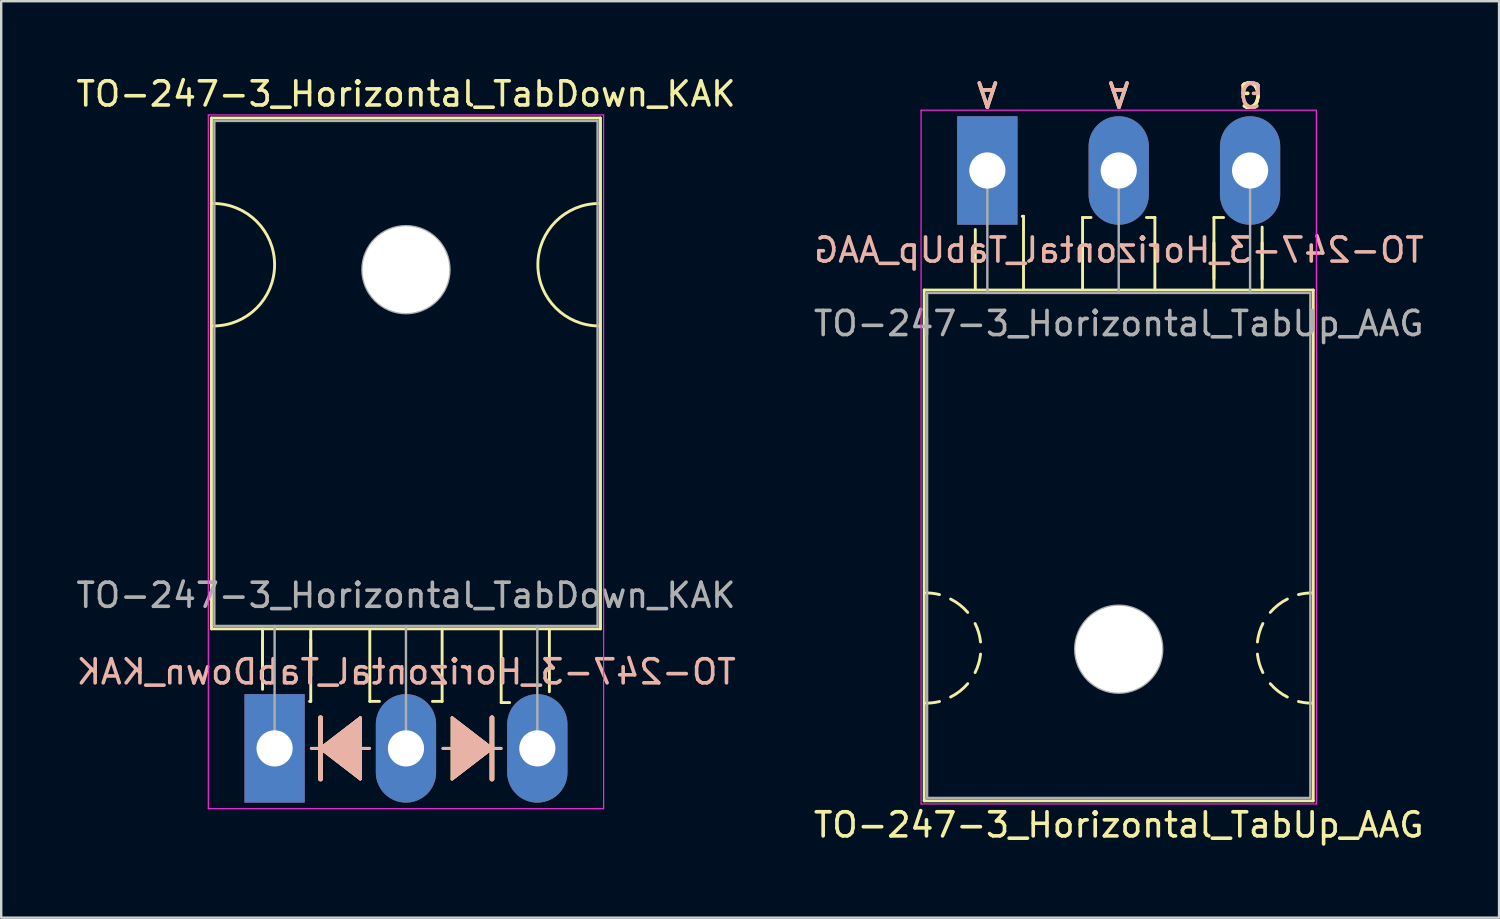
<source format=kicad_pcb>
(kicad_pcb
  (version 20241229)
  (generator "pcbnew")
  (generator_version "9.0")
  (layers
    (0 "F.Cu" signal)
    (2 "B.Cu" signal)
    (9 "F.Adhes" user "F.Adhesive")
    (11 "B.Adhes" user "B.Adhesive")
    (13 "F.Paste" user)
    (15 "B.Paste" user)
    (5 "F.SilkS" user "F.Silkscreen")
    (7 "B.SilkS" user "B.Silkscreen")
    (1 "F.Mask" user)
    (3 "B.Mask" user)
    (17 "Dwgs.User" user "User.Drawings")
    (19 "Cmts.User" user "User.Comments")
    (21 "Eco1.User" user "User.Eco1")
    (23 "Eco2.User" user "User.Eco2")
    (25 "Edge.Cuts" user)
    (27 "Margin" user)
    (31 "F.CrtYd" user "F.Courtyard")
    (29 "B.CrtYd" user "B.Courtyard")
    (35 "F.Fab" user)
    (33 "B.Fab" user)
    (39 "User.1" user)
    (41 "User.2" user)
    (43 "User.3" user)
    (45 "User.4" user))
  (footprint "TO-247-3_Horizontal_TabUp_AAG"
    (layer "F.Cu")
    (at 37.912 4.023)
    (property "Reference" "TO-247-3_Horizontal_TabUp_AAG" (at 5.45 27.15 0) (layer "F.SilkS") (effects (font (size 1 1) (thickness 0.15))))
    (fp_line (start -2.62 4.96) (end -2.62 26.15) (stroke (width 0.12) (type solid)) (layer "F.SilkS"))
    (fp_line (start -2.62 4.96) (end 13.52 4.96) (stroke (width 0.12) (type solid)) (layer "F.SilkS"))
    (fp_line (start -2.62 26.15) (end 13.52 26.15) (stroke (width 0.12) (type solid)) (layer "F.SilkS"))
    (fp_line (start -0.5 4.9) (end -0.5 2.45) (stroke (width 0.12) (type solid)) (layer "F.SilkS"))
    (fp_line (start 1.5 1.9) (end 1.45 1.9) (stroke (width 0.12) (type solid)) (layer "F.SilkS"))
    (fp_line (start 1.5 4.9) (end 1.5 1.9) (stroke (width 0.12) (type solid)) (layer "F.SilkS"))
    (fp_line (start 3.95 1.95) (end 4.3 1.95) (stroke (width 0.12) (type solid)) (layer "F.SilkS"))
    (fp_line (start 3.95 4.95) (end 3.95 1.95) (stroke (width 0.12) (type solid)) (layer "F.SilkS"))
    (fp_line (start 6.95 1.95) (end 6.6 1.95) (stroke (width 0.12) (type solid)) (layer "F.SilkS"))
    (fp_line (start 6.95 4.95) (end 6.95 1.95) (stroke (width 0.12) (type solid)) (layer "F.SilkS"))
    (fp_line (start 9.4 1.95) (end 9.8 1.95) (stroke (width 0.12) (type solid)) (layer "F.SilkS"))
    (fp_line (start 9.4 4.5) (end 9.4 3) (stroke (width 0.12) (type solid)) (layer "F.SilkS"))
    (fp_line (start 9.4 4.95) (end 9.4 1.95) (stroke (width 0.12) (type solid)) (layer "F.SilkS"))
    (fp_line (start 11.4 4.5) (end 11.4 3) (stroke (width 0.12) (type solid)) (layer "F.SilkS"))
    (fp_line (start 11.4 4.95) (end 11.4 2.35) (stroke (width 0.12) (type solid)) (layer "F.SilkS"))
    (fp_line (start 13.52 4.96) (end 13.52 26.15) (stroke (width 0.12) (type solid)) (layer "F.SilkS"))
    (fp_arc (start -2.54 17.526) (mid -2.260689 17.543128) (end -1.985564 17.594254) (stroke (width 0.12) (type solid)) (layer "F.SilkS"))
    (fp_arc (start -1.985564 22.029746) (mid -2.260689 22.080872) (end -2.54 22.098) (stroke (width 0.12) (type solid)) (layer "F.SilkS"))
    (fp_arc (start -1.524001 17.780001) (mid -1.14188 18.02132) (end -0.815088 18.333504) (stroke (width 0.12) (type solid)) (layer "F.SilkS"))
    (fp_arc (start -0.815087 21.290497) (mid -1.141879 21.60268) (end -1.524 21.844) (stroke (width 0.12) (type solid)) (layer "F.SilkS"))
    (fp_arc (start -0.508001 18.796001) (mid -0.361178 19.168563) (end -0.282051 19.561117) (stroke (width 0.12) (type solid)) (layer "F.SilkS"))
    (fp_arc (start -0.282051 20.062883) (mid -0.361178 20.455437) (end -0.508001 20.827999) (stroke (width 0.12) (type solid)) (layer "F.SilkS"))
    (fp_arc (start 11.204051 19.561117) (mid 11.283178 19.168563) (end 11.430001 18.796001) (stroke (width 0.12) (type solid)) (layer "F.SilkS"))
    (fp_arc (start 11.430001 20.827999) (mid 11.283178 20.455437) (end 11.204051 20.062883) (stroke (width 0.12) (type solid)) (layer "F.SilkS"))
    (fp_arc (start 11.737087 18.333503) (mid 12.063879 18.02132) (end 12.446 17.78) (stroke (width 0.12) (type solid)) (layer "F.SilkS"))
    (fp_arc (start 12.446001 21.843999) (mid 12.06388 21.60268) (end 11.737088 21.290496) (stroke (width 0.12) (type solid)) (layer "F.SilkS"))
    (fp_arc (start 12.907564 17.594254) (mid 13.182689 17.543128) (end 13.462 17.526) (stroke (width 0.12) (type solid)) (layer "F.SilkS"))
    (fp_arc (start 13.462 22.098) (mid 13.182689 22.080872) (end 12.907564 22.029746) (stroke (width 0.12) (type solid)) (layer "F.SilkS"))
    (fp_line (start -2.75 -2.5) (end -2.75 26.28) (stroke (width 0.05) (type solid)) (layer "F.CrtYd"))
    (fp_line (start -2.75 26.28) (end 13.65 26.28) (stroke (width 0.05) (type solid)) (layer "F.CrtYd"))
    (fp_line (start 13.65 -2.5) (end -2.75 -2.5) (stroke (width 0.05) (type solid)) (layer "F.CrtYd"))
    (fp_line (start 13.65 26.28) (end 13.65 -2.5) (stroke (width 0.05) (type solid)) (layer "F.CrtYd"))
    (fp_line (start -2.5 5.08) (end -2.5 26.03) (stroke (width 0.1) (type solid)) (layer "F.Fab"))
    (fp_line (start -2.5 26.03) (end 13.4 26.03) (stroke (width 0.1) (type solid)) (layer "F.Fab"))
    (fp_line (start 0 5.08) (end 0 0) (stroke (width 0.1) (type solid)) (layer "F.Fab"))
    (fp_line (start 5.45 5.08) (end 5.45 0) (stroke (width 0.1) (type solid)) (layer "F.Fab"))
    (fp_line (start 10.9 5.08) (end 10.9 0) (stroke (width 0.1) (type solid)) (layer "F.Fab"))
    (fp_line (start 13.4 5.08) (end -2.5 5.08) (stroke (width 0.1) (type solid)) (layer "F.Fab"))
    (fp_line (start 13.4 26.03) (end 13.4 5.08) (stroke (width 0.1) (type solid)) (layer "F.Fab"))
    (fp_circle (center 5.45 19.86) (end 7.255 19.86) (stroke (width 0.1) (type solid)) (fill no) (layer "F.Fab"))
    (fp_text user "A" (at 5.461 -3.175 180) (unlocked yes) (layer "F.SilkS") (effects (font (size 1 1) (thickness 0.15))))
    (fp_text user "A" (at 0 -3.175 180) (unlocked yes) (layer "F.SilkS") (effects (font (size 1 1) (thickness 0.15))))
    (fp_text user "G" (at 10.922 -3.175 180) (unlocked yes) (layer "F.SilkS") (effects (font (size 1 1) (thickness 0.15))))
    (fp_text user "${REFERENCE}" (at 5.461 3.302 0) (layer "B.SilkS") (effects (font (size 1 1) (thickness 0.15)) (justify mirror)))
    (fp_text user "A" (at 0 -3.175 180) (unlocked yes) (layer "B.SilkS") (effects (font (size 1 1) (thickness 0.15)) (justify mirror)))
    (fp_text user "G" (at 10.922 -3.175 180) (unlocked yes) (layer "B.SilkS") (effects (font (size 1 1) (thickness 0.15)) (justify mirror)))
    (fp_text user "A" (at 5.461 -3.175 180) (unlocked yes) (layer "B.SilkS") (effects (font (size 1 1) (thickness 0.15)) (justify mirror)))
    (fp_text user "${REFERENCE}" (at 5.45 6.35 0) (layer "F.Fab") (effects (font (size 1 1) (thickness 0.15))))
    (pad "" np_thru_hole oval (at 5.45 19.86) (size 3.6 3.6) (drill 3.6) (layers "*.Cu" "*.Mask"))
    (pad "1" thru_hole rect (at 0 0) (size 2.5 4.5) (drill 1.5) (layers "*.Cu" "*.Mask"))
    (pad "2" thru_hole oval (at 5.45 0) (size 2.5 4.5) (drill 1.5) (layers "*.Cu" "*.Mask"))
    (pad "3" thru_hole oval (at 10.9 0) (size 2.5 4.5) (drill 1.5) (layers "*.Cu" "*.Mask")))
  (footprint "TO-247-3_Horizontal_TabDown_KAK"
    (layer "F.Cu")
    (at 8.342 27.998)
    (property "Reference" "TO-247-3_Horizontal_TabDown_KAK" (at 5.45 -27.15 0) (layer "F.SilkS") (effects (font (size 1 1) (thickness 0.15))))
    (fp_line (start -2.62 -26.15) (end -2.62 -4.96) (stroke (width 0.12) (type solid)) (layer "F.SilkS"))
    (fp_line (start -2.62 -26.15) (end 13.52 -26.15) (stroke (width 0.12) (type solid)) (layer "F.SilkS"))
    (fp_line (start -2.62 -4.96) (end 13.52 -4.96) (stroke (width 0.12) (type solid)) (layer "F.SilkS"))
    (fp_line (start -0.5 -4.95) (end -0.5 -2.45) (stroke (width 0.12) (type solid)) (layer "F.SilkS"))
    (fp_line (start -0.5 -4.5) (end -0.5 -3) (stroke (width 0.12) (type solid)) (layer "F.SilkS"))
    (fp_line (start 1.5 -4.95) (end 1.5 -1.95) (stroke (width 0.12) (type solid)) (layer "F.SilkS"))
    (fp_line (start 1.5 -4.5) (end 1.5 -3) (stroke (width 0.12) (type solid)) (layer "F.SilkS"))
    (fp_line (start 1.5 -1.95) (end 1.45 -1.95) (stroke (width 0.12) (type solid)) (layer "F.SilkS"))
    (fp_line (start 1.524 0) (end 1.905 0) (stroke (width 0.12) (type solid)) (layer "F.SilkS"))
    (fp_line (start 1.905 -1.27) (end 1.905 0) (stroke (width 0.2) (type solid)) (layer "F.SilkS"))
    (fp_line (start 1.905 0) (end 1.905 1.27) (stroke (width 0.2) (type solid)) (layer "F.SilkS"))
    (fp_line (start 1.905 0) (end 3.556 1.27) (stroke (width 0.12) (type solid)) (layer "F.SilkS"))
    (fp_line (start 3.556 -1.27) (end 1.905 0) (stroke (width 0.12) (type solid)) (layer "F.SilkS"))
    (fp_line (start 3.556 1.27) (end 3.556 -1.27) (stroke (width 0.12) (type solid)) (layer "F.SilkS"))
    (fp_line (start 3.937 0) (end 3.556 0) (stroke (width 0.12) (type solid)) (layer "F.SilkS"))
    (fp_line (start 3.95 -4.9) (end 3.95 -1.95) (stroke (width 0.12) (type solid)) (layer "F.SilkS"))
    (fp_line (start 3.95 -1.95) (end 4.35 -1.95) (stroke (width 0.12) (type solid)) (layer "F.SilkS"))
    (fp_line (start 6.95 -4.95) (end 6.95 -1.95) (stroke (width 0.12) (type solid)) (layer "F.SilkS"))
    (fp_line (start 6.95 -1.95) (end 6.55 -1.95) (stroke (width 0.12) (type solid)) (layer "F.SilkS"))
    (fp_line (start 6.985 0) (end 7.366 0) (stroke (width 0.12) (type solid)) (layer "F.SilkS"))
    (fp_line (start 7.366 -1.27) (end 7.366 1.27) (stroke (width 0.12) (type solid)) (layer "F.SilkS"))
    (fp_line (start 7.366 1.27) (end 9.017 0) (stroke (width 0.12) (type solid)) (layer "F.SilkS"))
    (fp_line (start 9.017 0) (end 7.366 -1.27) (stroke (width 0.12) (type solid)) (layer "F.SilkS"))
    (fp_line (start 9.017 0) (end 9.017 -1.27) (stroke (width 0.2) (type solid)) (layer "F.SilkS"))
    (fp_line (start 9.017 1.27) (end 9.017 0) (stroke (width 0.2) (type solid)) (layer "F.SilkS"))
    (fp_line (start 9.398 0) (end 9.017 0) (stroke (width 0.12) (type solid)) (layer "F.SilkS"))
    (fp_line (start 9.4 -4.9) (end 9.4 -1.9) (stroke (width 0.12) (type solid)) (layer "F.SilkS"))
    (fp_line (start 9.4 -1.9) (end 9.75 -1.9) (stroke (width 0.12) (type solid)) (layer "F.SilkS"))
    (fp_line (start 11.4 -4.9) (end 11.4 -2.35) (stroke (width 0.12) (type solid)) (layer "F.SilkS"))
    (fp_line (start 13.52 -26.15) (end 13.52 -4.96) (stroke (width 0.12) (type solid)) (layer "F.SilkS"))
    (fp_arc (start -2.54 -22.606) (mid 0 -20.066) (end -2.54 -17.526) (stroke (width 0.12) (type solid)) (layer "F.SilkS"))
    (fp_arc (start 13.462 -17.526) (mid 10.922 -20.066) (end 13.462 -22.606) (stroke (width 0.12) (type solid)) (layer "F.SilkS"))
    (fp_poly (pts (xy 3.556 1.27) (xy 1.905 0) (xy 3.556 -1.27)) (stroke (width 0.1) (type solid)) (fill yes) (layer "F.SilkS"))
    (fp_poly (pts (xy 9.017 0) (xy 7.366 1.27) (xy 7.366 -1.27)) (stroke (width 0.1) (type solid)) (fill yes) (layer "F.SilkS"))
    (fp_line (start 1.524 0) (end 1.905 0) (stroke (width 0.12) (type solid)) (layer "B.SilkS"))
    (fp_line (start 1.905 0) (end 1.905 -1.27) (stroke (width 0.2) (type solid)) (layer "B.SilkS"))
    (fp_line (start 1.905 0) (end 3.556 -1.27) (stroke (width 0.12) (type solid)) (layer "B.SilkS"))
    (fp_line (start 1.905 1.27) (end 1.905 0) (stroke (width 0.2) (type solid)) (layer "B.SilkS"))
    (fp_line (start 3.556 -1.27) (end 3.556 1.27) (stroke (width 0.12) (type solid)) (layer "B.SilkS"))
    (fp_line (start 3.556 1.27) (end 1.905 0) (stroke (width 0.12) (type solid)) (layer "B.SilkS"))
    (fp_line (start 3.937 0) (end 3.556 0) (stroke (width 0.12) (type solid)) (layer "B.SilkS"))
    (fp_line (start 6.985 0) (end 7.366 0) (stroke (width 0.12) (type solid)) (layer "B.SilkS"))
    (fp_line (start 7.366 -1.27) (end 9.017 0) (stroke (width 0.12) (type solid)) (layer "B.SilkS"))
    (fp_line (start 7.366 1.27) (end 7.366 -1.27) (stroke (width 0.12) (type solid)) (layer "B.SilkS"))
    (fp_line (start 9.017 -1.27) (end 9.017 0) (stroke (width 0.2) (type solid)) (layer "B.SilkS"))
    (fp_line (start 9.017 0) (end 7.366 1.27) (stroke (width 0.12) (type solid)) (layer "B.SilkS"))
    (fp_line (start 9.017 0) (end 9.017 1.27) (stroke (width 0.2) (type solid)) (layer "B.SilkS"))
    (fp_line (start 9.398 0) (end 9.017 0) (stroke (width 0.12) (type solid)) (layer "B.SilkS"))
    (fp_poly (pts (xy 3.556 -1.27) (xy 1.905 0) (xy 3.556 1.27)) (stroke (width 0.1) (type solid)) (fill yes) (layer "B.SilkS"))
    (fp_poly (pts (xy 7.366 1.27) (xy 9.017 0) (xy 7.366 -1.27)) (stroke (width 0.1) (type solid)) (fill yes) (layer "B.SilkS"))
    (fp_line (start -2.75 -26.28) (end -2.75 2.5) (stroke (width 0.05) (type solid)) (layer "F.CrtYd"))
    (fp_line (start -2.75 2.5) (end 13.65 2.5) (stroke (width 0.05) (type solid)) (layer "F.CrtYd"))
    (fp_line (start 13.65 -26.28) (end -2.75 -26.28) (stroke (width 0.05) (type solid)) (layer "F.CrtYd"))
    (fp_line (start 13.65 2.5) (end 13.65 -26.28) (stroke (width 0.05) (type solid)) (layer "F.CrtYd"))
    (fp_line (start -2.5 -26.03) (end 13.4 -26.03) (stroke (width 0.1) (type solid)) (layer "F.Fab"))
    (fp_line (start -2.5 -5.08) (end -2.5 -26.03) (stroke (width 0.1) (type solid)) (layer "F.Fab"))
    (fp_line (start 0 -5.08) (end 0 0) (stroke (width 0.1) (type solid)) (layer "F.Fab"))
    (fp_line (start 5.45 -5.08) (end 5.45 0) (stroke (width 0.1) (type solid)) (layer "F.Fab"))
    (fp_line (start 10.9 -5.08) (end 10.9 0) (stroke (width 0.1) (type solid)) (layer "F.Fab"))
    (fp_line (start 13.4 -26.03) (end 13.4 -5.08) (stroke (width 0.1) (type solid)) (layer "F.Fab"))
    (fp_line (start 13.4 -5.08) (end -2.5 -5.08) (stroke (width 0.1) (type solid)) (layer "F.Fab"))
    (fp_circle (center 5.45 -19.86) (end 7.255 -19.86) (stroke (width 0.1) (type solid)) (fill no) (layer "F.Fab"))
    (fp_text user "${REFERENCE}" (at 5.461 -3.175 0) (layer "B.SilkS") (effects (font (size 1 1) (thickness 0.15)) (justify mirror)))
    (fp_text user "${REFERENCE}" (at 5.45 -6.35 0) (layer "F.Fab") (effects (font (size 1 1) (thickness 0.15))))
    (pad "" np_thru_hole oval (at 5.45 -19.86) (size 3.6 3.6) (drill 3.6) (layers "*.Cu" "*.Mask"))
    (pad "1" thru_hole rect (at 0 0) (size 2.5 4.5) (drill 1.5) (layers "*.Cu" "*.Mask"))
    (pad "2" thru_hole oval (at 5.45 0) (size 2.5 4.5) (drill 1.5) (layers "*.Cu" "*.Mask"))
    (pad "3" thru_hole oval (at 10.9 0) (size 2.5 4.5) (drill 1.5) (layers "*.Cu" "*.Mask")))
  (gr_rect
    (start -3 -3)
    (end 59.141 35.022)
    (stroke (width 0.1) (type default))
    (fill no)
    (layer "Edge.Cuts")))
</source>
